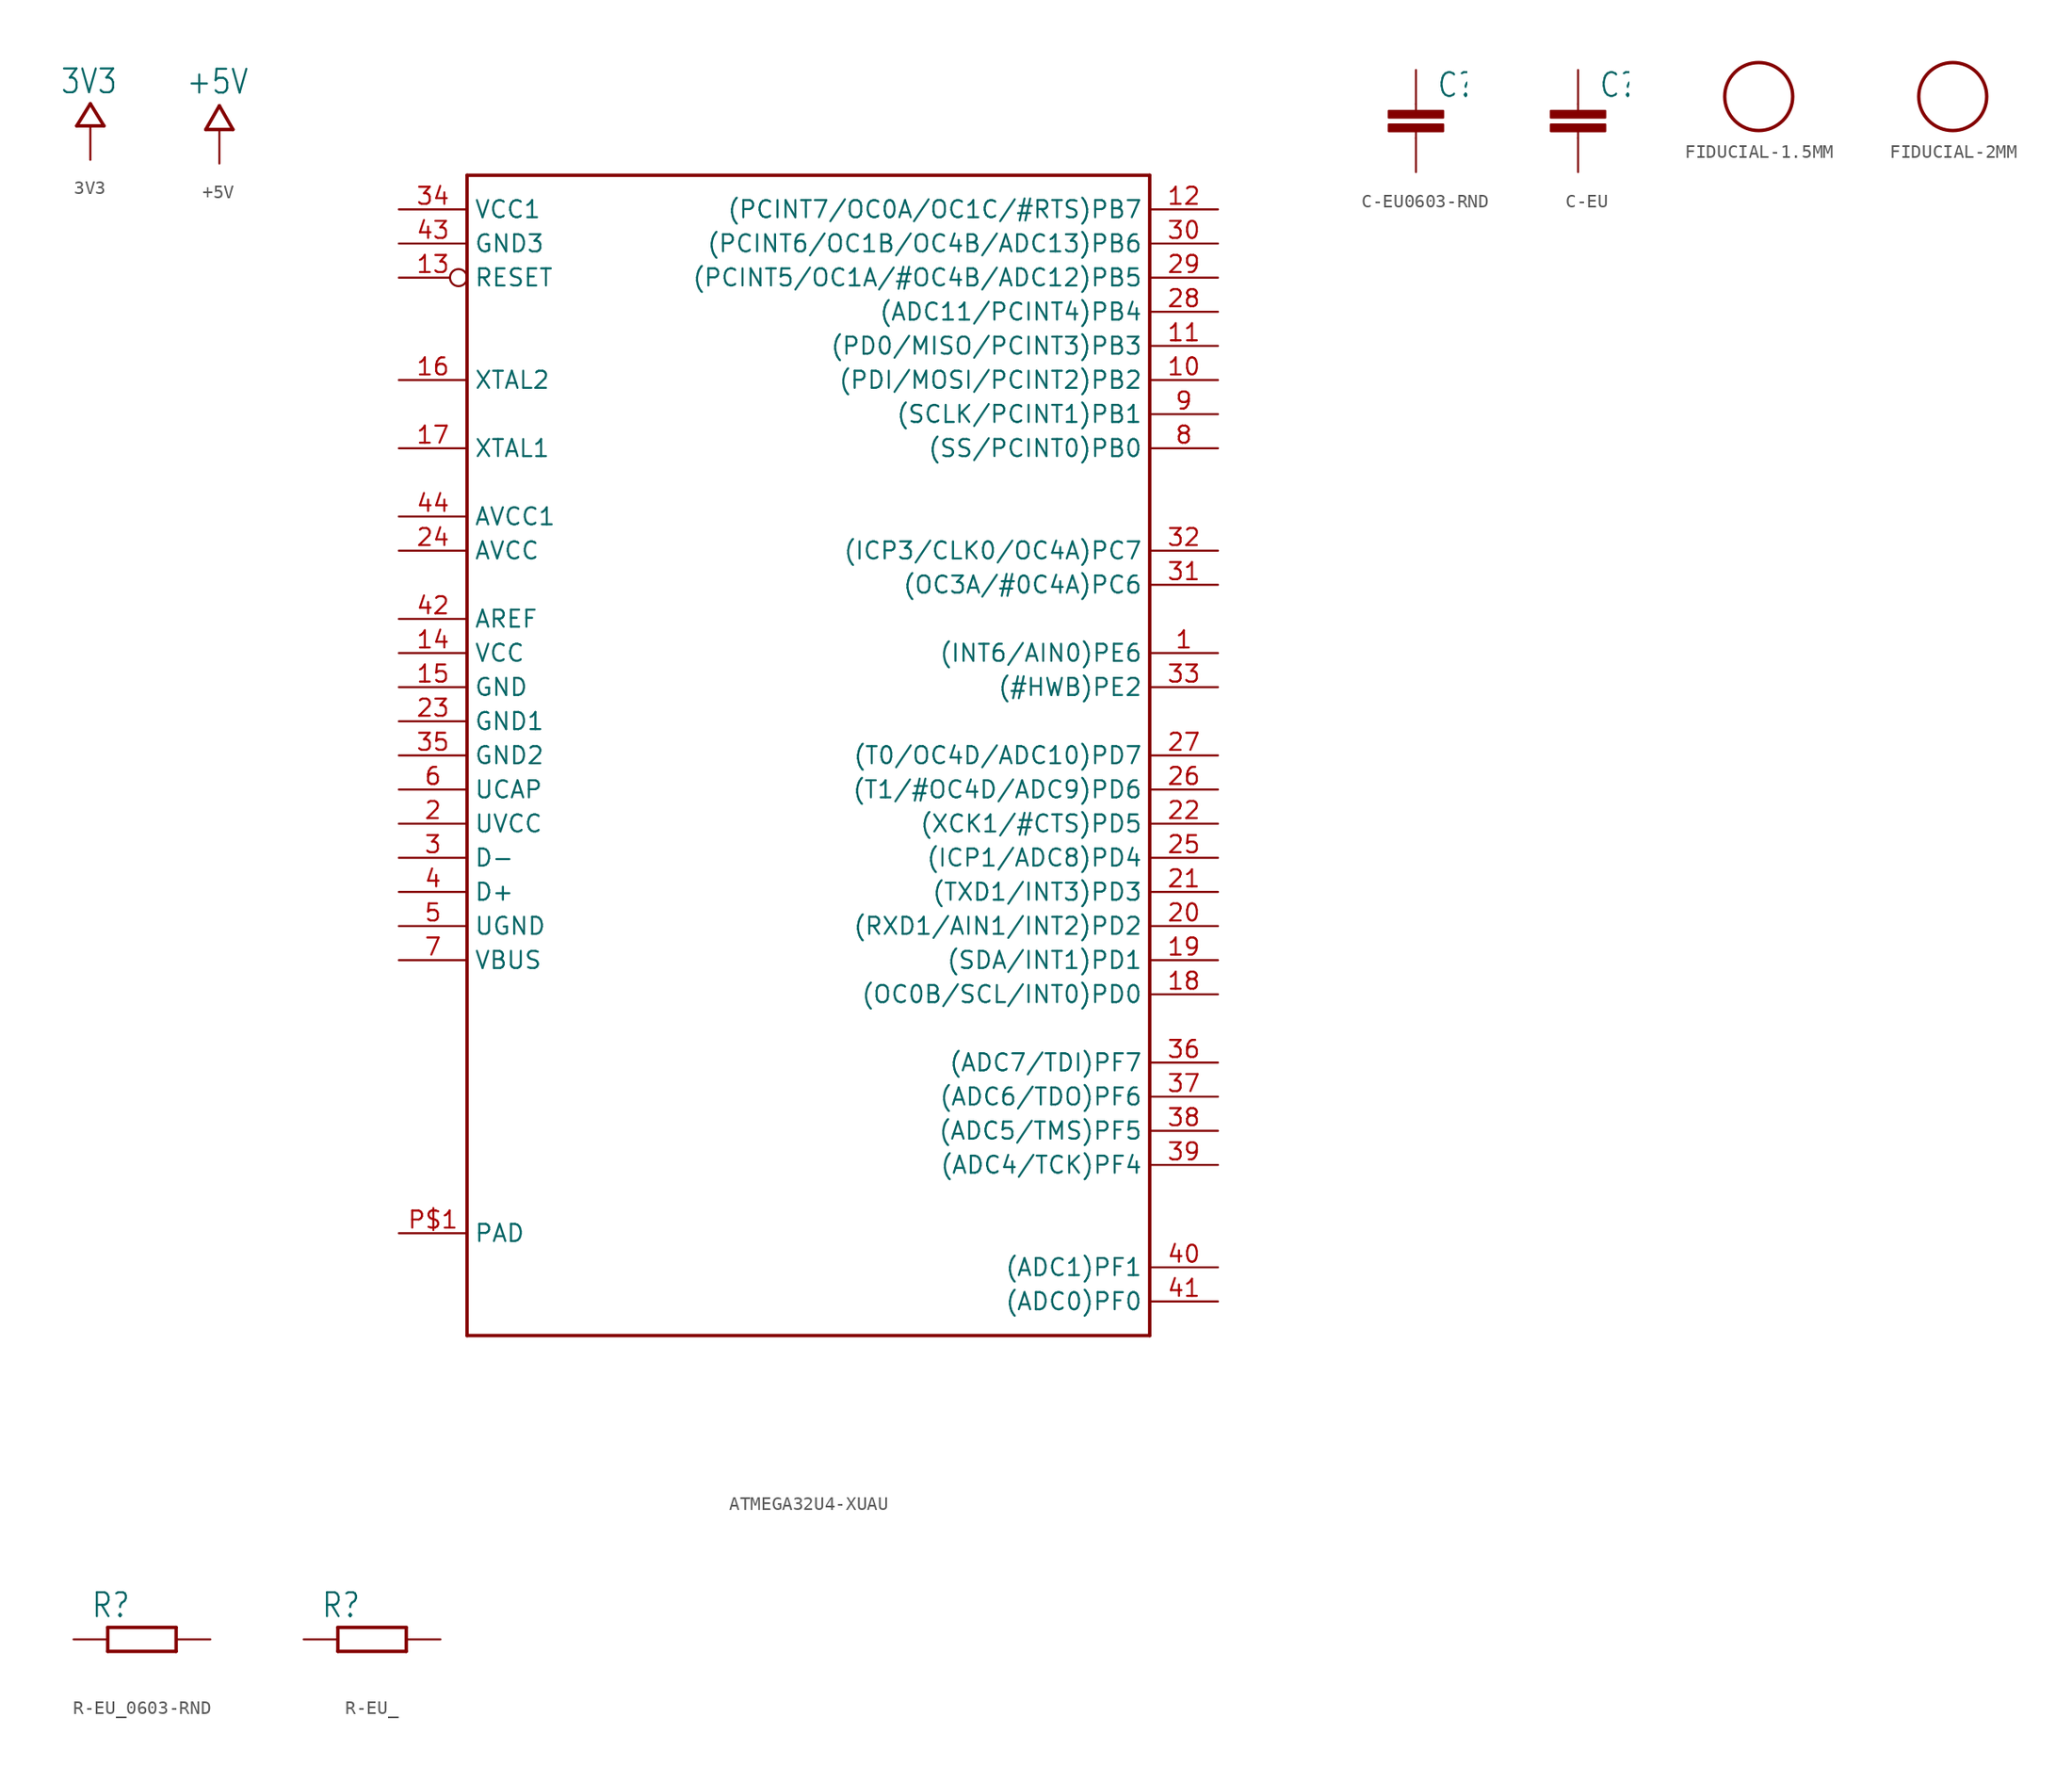
<source format=kicad_sym>
(kicad_symbol_lib
  (version 20220914)
  (generator kicad_symbol_editor)
  (symbol "3V3"
    (power)
    (property "Reference" ""
      (at 0 0 0)
      (effects (font (size 1.27 1.27)) hide))
    (property "Value" "3V3"
      (at -2.286 2.286 0)
      (effects (font (size 1.778 1.511)) (justify left bottom)))
    (property "ki_locked" ""
      (at 0 0 0)
      (effects (font (size 1.27 1.27))))
    (symbol "3V3_1_0"
      (polyline (pts (xy -1.016 0) (xy 0 1.651)) (stroke (width 0.254) (type solid)) (fill (type none)))
      (polyline (pts (xy -1.016 0) (xy 1.016 0)) (stroke (width 0.254) (type solid)) (fill (type none)))
      (polyline (pts (xy 0 1.651) (xy 1.016 0)) (stroke (width 0.254) (type solid)) (fill (type none)))
      (pin power_in line (at 0 -2.54 90) (length 2.54) (name "3V3" (effects (font (size 0 0)))) (number "1" (effects (font (size 0 0)))))))
  (symbol "+5V"
    (power)
    (property "Reference" ""
      (at 0 0 0)
      (effects (font (size 1.27 1.27)) hide))
    (property "Value" "+5V"
      (at -2.54 2.54 0)
      (effects (font (size 1.778 1.511)) (justify left bottom)))
    (property "ki_locked" ""
      (at 0 0 0)
      (effects (font (size 1.27 1.27))))
    (symbol "+5V_1_0"
      (polyline (pts (xy -1.016 0) (xy 1.016 0)) (stroke (width 0.254) (type solid)) (fill (type none)))
      (polyline (pts (xy 0 1.778) (xy -1.016 0)) (stroke (width 0.254) (type solid)) (fill (type none)))
      (polyline (pts (xy 1.016 0) (xy 0 1.778)) (stroke (width 0.254) (type solid)) (fill (type none)))
      (pin power_in line (at 0 -2.54 90) (length 2.54) (name "+5V" (effects (font (size 0 0)))) (number "1" (effects (font (size 0 0)))))))
  (symbol "ATMEGA32U4-XUAU"
    (property "Reference" ""
      (at -20.32 26.162 0)
      (effects (font (size 1.778 1.511)) (justify left bottom) hide))
    (property "Value" ""
      (at -20.32 -63.5 0)
      (effects (font (size 1.778 1.511)) (justify left bottom)))
    (property "ki_locked" ""
      (at 0 0 0)
      (effects (font (size 1.27 1.27))))
    (symbol "ATMEGA32U4-XUAU_1_0"
      (polyline (pts (xy -20.32 -60.96) (xy -20.32 25.4)) (stroke (width 0.254) (type solid)) (fill (type none)))
      (polyline (pts (xy -20.32 25.4) (xy 30.48 25.4)) (stroke (width 0.254) (type solid)) (fill (type none)))
      (polyline (pts (xy 30.48 -60.96) (xy -20.32 -60.96)) (stroke (width 0.254) (type solid)) (fill (type none)))
      (polyline (pts (xy 30.48 25.4) (xy 30.48 -60.96)) (stroke (width 0.254) (type solid)) (fill (type none)))
      (pin bidirectional line (at 35.56 -10.16 180) (length 5.08) (name "(INT6/AIN0)PE6" (effects (font (size 1.27 1.27)))) (number "1" (effects (font (size 1.27 1.27)))))
      (pin bidirectional line (at 35.56 10.16 180) (length 5.08) (name "(PDI/MOSI/PCINT2)PB2" (effects (font (size 1.27 1.27)))) (number "10" (effects (font (size 1.27 1.27)))))
      (pin bidirectional line (at 35.56 12.7 180) (length 5.08) (name "(PD0/MISO/PCINT3)PB3" (effects (font (size 1.27 1.27)))) (number "11" (effects (font (size 1.27 1.27)))))
      (pin bidirectional line (at 35.56 22.86 180) (length 5.08) (name "(PCINT7/OC0A/OC1C/#RTS)PB7" (effects (font (size 1.27 1.27)))) (number "12" (effects (font (size 1.27 1.27)))))
      (pin input inverted (at -25.4 17.78 0) (length 5.08) (name "RESET" (effects (font (size 1.27 1.27)))) (number "13" (effects (font (size 1.27 1.27)))))
      (pin power_in line (at -25.4 -10.16 0) (length 5.08) (name "VCC" (effects (font (size 1.27 1.27)))) (number "14" (effects (font (size 1.27 1.27)))))
      (pin power_in line (at -25.4 -12.7 0) (length 5.08) (name "GND" (effects (font (size 1.27 1.27)))) (number "15" (effects (font (size 1.27 1.27)))))
      (pin bidirectional line (at -25.4 10.16 0) (length 5.08) (name "XTAL2" (effects (font (size 1.27 1.27)))) (number "16" (effects (font (size 1.27 1.27)))))
      (pin bidirectional line (at -25.4 5.08 0) (length 5.08) (name "XTAL1" (effects (font (size 1.27 1.27)))) (number "17" (effects (font (size 1.27 1.27)))))
      (pin bidirectional line (at 35.56 -35.56 180) (length 5.08) (name "(OC0B/SCL/INT0)PD0" (effects (font (size 1.27 1.27)))) (number "18" (effects (font (size 1.27 1.27)))))
      (pin bidirectional line (at 35.56 -33.02 180) (length 5.08) (name "(SDA/INT1)PD1" (effects (font (size 1.27 1.27)))) (number "19" (effects (font (size 1.27 1.27)))))
      (pin power_in line (at -25.4 -22.86 0) (length 5.08) (name "UVCC" (effects (font (size 1.27 1.27)))) (number "2" (effects (font (size 1.27 1.27)))))
      (pin bidirectional line (at 35.56 -30.48 180) (length 5.08) (name "(RXD1/AIN1/INT2)PD2" (effects (font (size 1.27 1.27)))) (number "20" (effects (font (size 1.27 1.27)))))
      (pin bidirectional line (at 35.56 -27.94 180) (length 5.08) (name "(TXD1/INT3)PD3" (effects (font (size 1.27 1.27)))) (number "21" (effects (font (size 1.27 1.27)))))
      (pin bidirectional line (at 35.56 -22.86 180) (length 5.08) (name "(XCK1/#CTS)PD5" (effects (font (size 1.27 1.27)))) (number "22" (effects (font (size 1.27 1.27)))))
      (pin power_in line (at -25.4 -15.24 0) (length 5.08) (name "GND1" (effects (font (size 1.27 1.27)))) (number "23" (effects (font (size 1.27 1.27)))))
      (pin power_in line (at -25.4 -2.54 0) (length 5.08) (name "AVCC" (effects (font (size 1.27 1.27)))) (number "24" (effects (font (size 1.27 1.27)))))
      (pin bidirectional line (at 35.56 -25.4 180) (length 5.08) (name "(ICP1/ADC8)PD4" (effects (font (size 1.27 1.27)))) (number "25" (effects (font (size 1.27 1.27)))))
      (pin bidirectional line (at 35.56 -20.32 180) (length 5.08) (name "(T1/#OC4D/ADC9)PD6" (effects (font (size 1.27 1.27)))) (number "26" (effects (font (size 1.27 1.27)))))
      (pin bidirectional line (at 35.56 -17.78 180) (length 5.08) (name "(T0/OC4D/ADC10)PD7" (effects (font (size 1.27 1.27)))) (number "27" (effects (font (size 1.27 1.27)))))
      (pin bidirectional line (at 35.56 15.24 180) (length 5.08) (name "(ADC11/PCINT4)PB4" (effects (font (size 1.27 1.27)))) (number "28" (effects (font (size 1.27 1.27)))))
      (pin bidirectional line (at 35.56 17.78 180) (length 5.08) (name "(PCINT5/OC1A/#OC4B/ADC12)PB5" (effects (font (size 1.27 1.27)))) (number "29" (effects (font (size 1.27 1.27)))))
      (pin bidirectional line (at -25.4 -25.4 0) (length 5.08) (name "D-" (effects (font (size 1.27 1.27)))) (number "3" (effects (font (size 1.27 1.27)))))
      (pin bidirectional line (at 35.56 20.32 180) (length 5.08) (name "(PCINT6/OC1B/OC4B/ADC13)PB6" (effects (font (size 1.27 1.27)))) (number "30" (effects (font (size 1.27 1.27)))))
      (pin bidirectional line (at 35.56 -5.08 180) (length 5.08) (name "(OC3A/#0C4A)PC6" (effects (font (size 1.27 1.27)))) (number "31" (effects (font (size 1.27 1.27)))))
      (pin bidirectional line (at 35.56 -2.54 180) (length 5.08) (name "(ICP3/CLK0/OC4A)PC7" (effects (font (size 1.27 1.27)))) (number "32" (effects (font (size 1.27 1.27)))))
      (pin bidirectional line (at 35.56 -12.7 180) (length 5.08) (name "(#HWB)PE2" (effects (font (size 1.27 1.27)))) (number "33" (effects (font (size 1.27 1.27)))))
      (pin power_in line (at -25.4 22.86 0) (length 5.08) (name "VCC1" (effects (font (size 1.27 1.27)))) (number "34" (effects (font (size 1.27 1.27)))))
      (pin power_in line (at -25.4 -17.78 0) (length 5.08) (name "GND2" (effects (font (size 1.27 1.27)))) (number "35" (effects (font (size 1.27 1.27)))))
      (pin bidirectional line (at 35.56 -40.64 180) (length 5.08) (name "(ADC7/TDI)PF7" (effects (font (size 1.27 1.27)))) (number "36" (effects (font (size 1.27 1.27)))))
      (pin bidirectional line (at 35.56 -43.18 180) (length 5.08) (name "(ADC6/TDO)PF6" (effects (font (size 1.27 1.27)))) (number "37" (effects (font (size 1.27 1.27)))))
      (pin bidirectional line (at 35.56 -45.72 180) (length 5.08) (name "(ADC5/TMS)PF5" (effects (font (size 1.27 1.27)))) (number "38" (effects (font (size 1.27 1.27)))))
      (pin bidirectional line (at 35.56 -48.26 180) (length 5.08) (name "(ADC4/TCK)PF4" (effects (font (size 1.27 1.27)))) (number "39" (effects (font (size 1.27 1.27)))))
      (pin bidirectional line (at -25.4 -27.94 0) (length 5.08) (name "D+" (effects (font (size 1.27 1.27)))) (number "4" (effects (font (size 1.27 1.27)))))
      (pin bidirectional line (at 35.56 -55.88 180) (length 5.08) (name "(ADC1)PF1" (effects (font (size 1.27 1.27)))) (number "40" (effects (font (size 1.27 1.27)))))
      (pin bidirectional line (at 35.56 -58.42 180) (length 5.08) (name "(ADC0)PF0" (effects (font (size 1.27 1.27)))) (number "41" (effects (font (size 1.27 1.27)))))
      (pin power_in line (at -25.4 -7.62 0) (length 5.08) (name "AREF" (effects (font (size 1.27 1.27)))) (number "42" (effects (font (size 1.27 1.27)))))
      (pin power_in line (at -25.4 20.32 0) (length 5.08) (name "GND3" (effects (font (size 1.27 1.27)))) (number "43" (effects (font (size 1.27 1.27)))))
      (pin power_in line (at -25.4 0 0) (length 5.08) (name "AVCC1" (effects (font (size 1.27 1.27)))) (number "44" (effects (font (size 1.27 1.27)))))
      (pin power_in line (at -25.4 -30.48 0) (length 5.08) (name "UGND" (effects (font (size 1.27 1.27)))) (number "5" (effects (font (size 1.27 1.27)))))
      (pin passive line (at -25.4 -20.32 0) (length 5.08) (name "UCAP" (effects (font (size 1.27 1.27)))) (number "6" (effects (font (size 1.27 1.27)))))
      (pin input line (at -25.4 -33.02 0) (length 5.08) (name "VBUS" (effects (font (size 1.27 1.27)))) (number "7" (effects (font (size 1.27 1.27)))))
      (pin bidirectional line (at 35.56 5.08 180) (length 5.08) (name "(SS/PCINT0)PB0" (effects (font (size 1.27 1.27)))) (number "8" (effects (font (size 1.27 1.27)))))
      (pin bidirectional line (at 35.56 7.62 180) (length 5.08) (name "(SCLK/PCINT1)PB1" (effects (font (size 1.27 1.27)))) (number "9" (effects (font (size 1.27 1.27)))))
      (pin power_in line (at -25.4 -53.34 0) (length 5.08) (name "PAD" (effects (font (size 1.27 1.27)))) (number "P$1" (effects (font (size 1.27 1.27)))))))
  (symbol "C-EU0603-RND"
    (property "Reference" "C"
      (at 1.524 0.381 0)
      (effects (font (size 1.778 1.511)) (justify left bottom)))
    (property "Value" ""
      (at 1.524 -4.699 0)
      (effects (font (size 1.778 1.511)) (justify left bottom)))
    (property "ki_locked" ""
      (at 0 0 0)
      (effects (font (size 1.27 1.27))))
    (symbol "C-EU0603-RND_1_0"
      (rectangle (start -2.032 -2.032) (end 2.032 -1.524) (stroke (width 0) (type default)) (fill (type outline)))
      (rectangle (start -2.032 -1.016) (end 2.032 -0.508) (stroke (width 0) (type default)) (fill (type outline)))
      (polyline (pts (xy 0 -2.54) (xy 0 -2.032)) (stroke (width 0.152) (type solid)) (fill (type none)))
      (polyline (pts (xy 0 0) (xy 0 -0.508)) (stroke (width 0.152) (type solid)) (fill (type none)))
      (pin passive line (at 0 2.54 270) (length 2.54) (name "1" (effects (font (size 0 0)))) (number "1" (effects (font (size 0 0)))))
      (pin passive line (at 0 -5.08 90) (length 2.54) (name "2" (effects (font (size 0 0)))) (number "2" (effects (font (size 0 0)))))))
  (symbol "C-EU"
    (property "Reference" "C"
      (at 1.524 0.381 0)
      (effects (font (size 1.778 1.511)) (justify left bottom)))
    (property "Value" ""
      (at 1.524 -4.699 0)
      (effects (font (size 1.778 1.511)) (justify left bottom)))
    (property "ki_locked" ""
      (at 0 0 0)
      (effects (font (size 1.27 1.27))))
    (symbol "C-EU_1_0"
      (rectangle (start -2.032 -2.032) (end 2.032 -1.524) (stroke (width 0) (type default)) (fill (type outline)))
      (rectangle (start -2.032 -1.016) (end 2.032 -0.508) (stroke (width 0) (type default)) (fill (type outline)))
      (polyline (pts (xy 0 -2.54) (xy 0 -2.032)) (stroke (width 0.152) (type solid)) (fill (type none)))
      (polyline (pts (xy 0 0) (xy 0 -0.508)) (stroke (width 0.152) (type solid)) (fill (type none)))
      (pin passive line (at 0 2.54 270) (length 2.54) (name "1" (effects (font (size 0 0)))) (number "1" (effects (font (size 0 0)))))
      (pin passive line (at 0 -5.08 90) (length 2.54) (name "2" (effects (font (size 0 0)))) (number "2" (effects (font (size 0 0)))))))
  (symbol "FIDUCIAL-1.5MM"
    (property "Reference" ""
      (at 0 0 0)
      (effects (font (size 1.27 1.27)) hide))
    (property "ki_locked" ""
      (at 0 0 0)
      (effects (font (size 1.27 1.27))))
    (symbol "FIDUCIAL-1.5MM_1_0"
      (circle (center 0 0) (radius 2.54) (stroke (width 0.254) (type solid)) (fill (type none)))))
  (symbol "FIDUCIAL-2MM"
    (property "Reference" ""
      (at 0 0 0)
      (effects (font (size 1.27 1.27)) hide))
    (property "ki_locked" ""
      (at 0 0 0)
      (effects (font (size 1.27 1.27))))
    (symbol "FIDUCIAL-2MM_1_0"
      (circle (center 0 0) (radius 2.54) (stroke (width 0.254) (type solid)) (fill (type none)))))
  (symbol "R-EU_0603-RND"
    (property "Reference" "R"
      (at -3.81 1.499 0)
      (effects (font (size 1.778 1.511)) (justify left bottom)))
    (property "Value" ""
      (at -3.81 -3.302 0)
      (effects (font (size 1.778 1.511)) (justify left bottom)))
    (property "ki_locked" ""
      (at 0 0 0)
      (effects (font (size 1.27 1.27))))
    (symbol "R-EU_0603-RND_1_0"
      (polyline (pts (xy -2.54 -0.889) (xy -2.54 0.889)) (stroke (width 0.254) (type solid)) (fill (type none)))
      (polyline (pts (xy -2.54 -0.889) (xy 2.54 -0.889)) (stroke (width 0.254) (type solid)) (fill (type none)))
      (polyline (pts (xy 2.54 -0.889) (xy 2.54 0.889)) (stroke (width 0.254) (type solid)) (fill (type none)))
      (polyline (pts (xy 2.54 0.889) (xy -2.54 0.889)) (stroke (width 0.254) (type solid)) (fill (type none)))
      (pin passive line (at -5.08 0 0) (length 2.54) (name "1" (effects (font (size 0 0)))) (number "1" (effects (font (size 0 0)))))
      (pin passive line (at 5.08 0 180) (length 2.54) (name "2" (effects (font (size 0 0)))) (number "2" (effects (font (size 0 0)))))))
  (symbol "R-EU_"
    (property "Reference" "R"
      (at -3.81 1.499 0)
      (effects (font (size 1.778 1.511)) (justify left bottom)))
    (property "Value" ""
      (at -3.81 -3.302 0)
      (effects (font (size 1.778 1.511)) (justify left bottom)))
    (property "ki_locked" ""
      (at 0 0 0)
      (effects (font (size 1.27 1.27))))
    (symbol "R-EU__1_0"
      (polyline (pts (xy -2.54 -0.889) (xy -2.54 0.889)) (stroke (width 0.254) (type solid)) (fill (type none)))
      (polyline (pts (xy -2.54 -0.889) (xy 2.54 -0.889)) (stroke (width 0.254) (type solid)) (fill (type none)))
      (polyline (pts (xy 2.54 -0.889) (xy 2.54 0.889)) (stroke (width 0.254) (type solid)) (fill (type none)))
      (polyline (pts (xy 2.54 0.889) (xy -2.54 0.889)) (stroke (width 0.254) (type solid)) (fill (type none)))
      (pin passive line (at -5.08 0 0) (length 2.54) (name "1" (effects (font (size 0 0)))) (number "1" (effects (font (size 0 0)))))
      (pin passive line (at 5.08 0 180) (length 2.54) (name "2" (effects (font (size 0 0)))) (number "2" (effects (font (size 0 0))))))))
</source>
